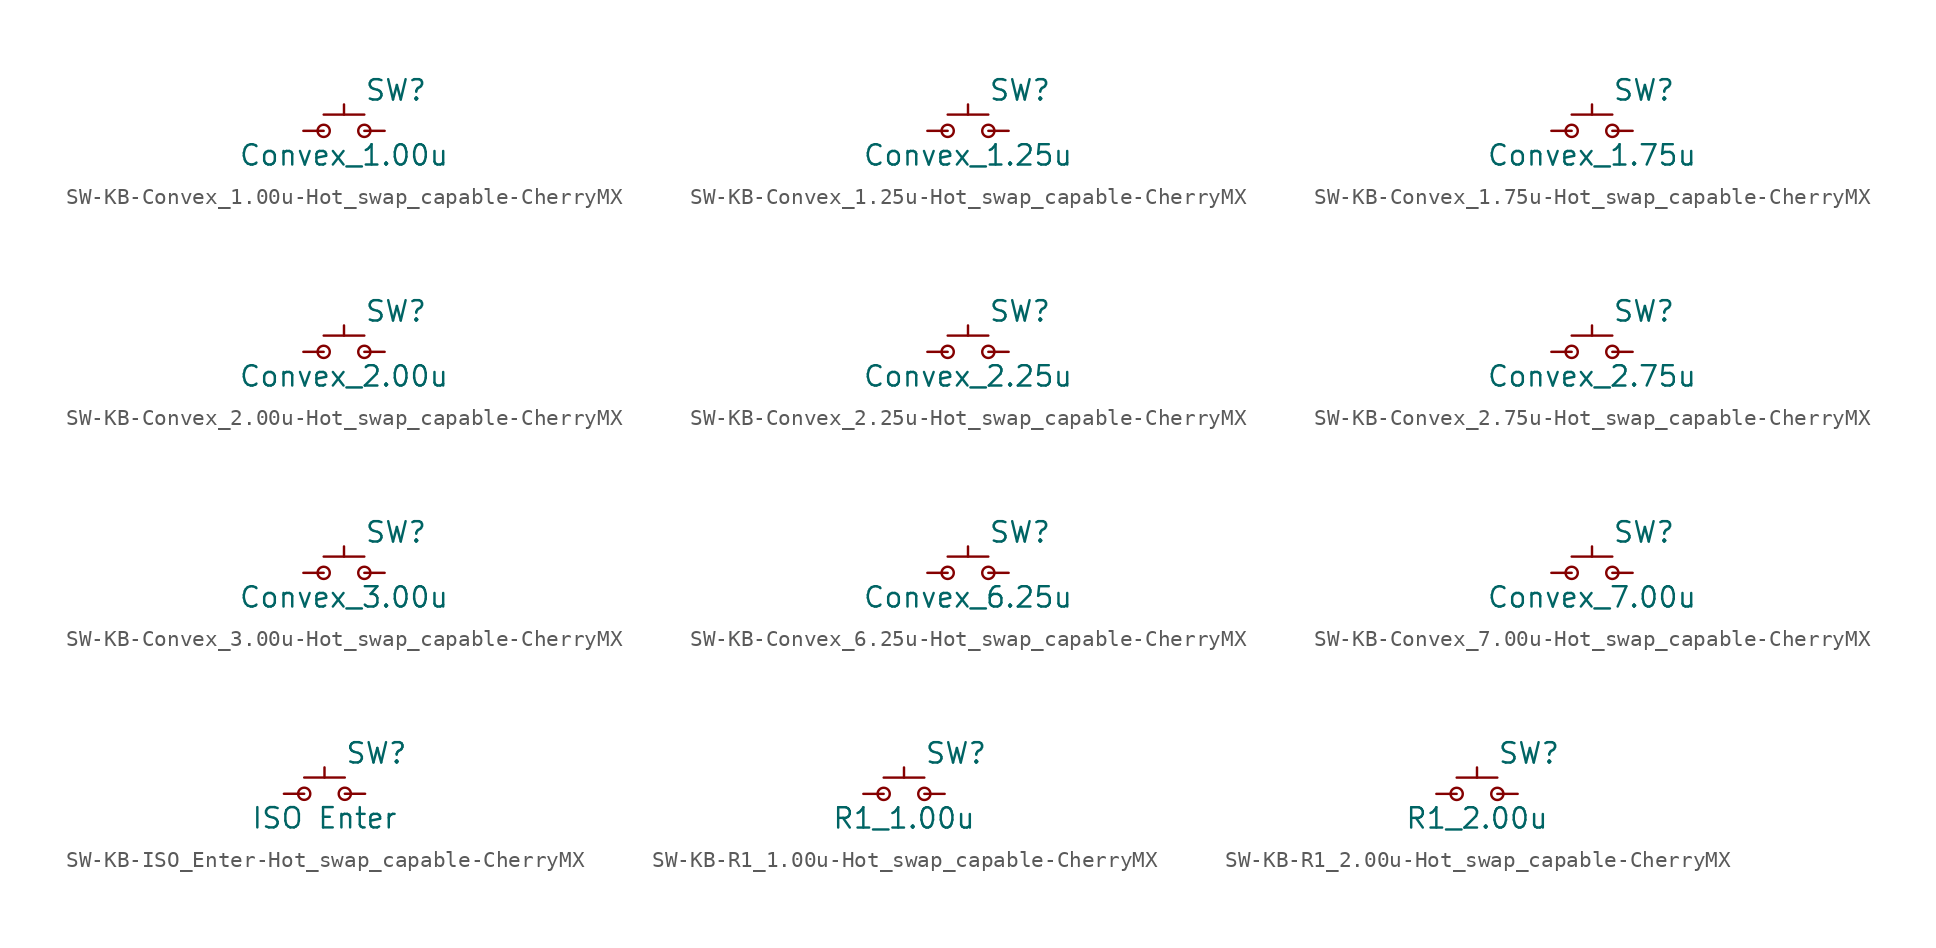
<source format=kicad_sym>
(kicad_symbol_lib
  (version 20241209)
  (generator "kicad_symbol_editor")
  (generator_version "9.0")
  (symbol "SW-KB-Convex_1.00u-Hot_swap_capable-CherryMX"
    (pin_numbers
      (hide yes))
    (pin_names
      (offset 1.016)
      (hide yes))
    (property "Reference" "SW"
      (at 1.27 2.54 0)
      (effects (font (size 1.27 1.27)) (justify left)))
    (property "Value" "Convex_1.00u"
      (at 0 -1.524 0)
      (effects (font (size 1.27 1.27))))
    (symbol "SW-KB-Convex_1.00u-Hot_swap_capable-CherryMX_0_1"
      (circle (center -1.27 0) (radius 0.381) (stroke (width 0) (type default)) (fill (type none)))
      (polyline (pts (xy 0 1.016) (xy 0 1.651)) (stroke (width 0) (type default)) (fill (type none)))
      (polyline (pts (xy 1.27 1.016) (xy -1.27 1.016)) (stroke (width 0) (type default)) (fill (type none)))
      (circle (center 1.27 0) (radius 0.381) (stroke (width 0) (type default)) (fill (type none)))
      (pin passive line (at -2.54 0 0) (length 1.27) (name "1" (effects (font (size 1.27 1.27)))) (number "1" (effects (font (size 1.27 1.27)))))
      (pin passive line (at 2.54 0 180) (length 1.27) (name "2" (effects (font (size 1.27 1.27)))) (number "2" (effects (font (size 1.27 1.27)))))))
  (symbol "SW-KB-Convex_1.25u-Hot_swap_capable-CherryMX"
    (pin_numbers
      (hide yes))
    (pin_names
      (offset 1.016)
      (hide yes))
    (property "Reference" "SW"
      (at 1.27 2.54 0)
      (effects (font (size 1.27 1.27)) (justify left)))
    (property "Value" "Convex_1.25u"
      (at 0 -1.524 0)
      (effects (font (size 1.27 1.27))))
    (symbol "SW-KB-Convex_1.25u-Hot_swap_capable-CherryMX_0_1"
      (circle (center -1.27 0) (radius 0.381) (stroke (width 0) (type default)) (fill (type none)))
      (polyline (pts (xy 0 1.016) (xy 0 1.651)) (stroke (width 0) (type default)) (fill (type none)))
      (polyline (pts (xy 1.27 1.016) (xy -1.27 1.016)) (stroke (width 0) (type default)) (fill (type none)))
      (circle (center 1.27 0) (radius 0.381) (stroke (width 0) (type default)) (fill (type none)))
      (pin passive line (at -2.54 0 0) (length 1.27) (name "1" (effects (font (size 1.27 1.27)))) (number "1" (effects (font (size 1.27 1.27)))))
      (pin passive line (at 2.54 0 180) (length 1.27) (name "2" (effects (font (size 1.27 1.27)))) (number "2" (effects (font (size 1.27 1.27)))))))
  (symbol "SW-KB-Convex_1.75u-Hot_swap_capable-CherryMX"
    (pin_numbers
      (hide yes))
    (pin_names
      (offset 1.016)
      (hide yes))
    (property "Reference" "SW"
      (at 1.27 2.54 0)
      (effects (font (size 1.27 1.27)) (justify left)))
    (property "Value" "Convex_1.75u"
      (at 0 -1.524 0)
      (effects (font (size 1.27 1.27))))
    (symbol "SW-KB-Convex_1.75u-Hot_swap_capable-CherryMX_0_1"
      (circle (center -1.27 0) (radius 0.381) (stroke (width 0) (type default)) (fill (type none)))
      (polyline (pts (xy 0 1.016) (xy 0 1.651)) (stroke (width 0) (type default)) (fill (type none)))
      (polyline (pts (xy 1.27 1.016) (xy -1.27 1.016)) (stroke (width 0) (type default)) (fill (type none)))
      (circle (center 1.27 0) (radius 0.381) (stroke (width 0) (type default)) (fill (type none)))
      (pin passive line (at -2.54 0 0) (length 1.27) (name "1" (effects (font (size 1.27 1.27)))) (number "1" (effects (font (size 1.27 1.27)))))
      (pin passive line (at 2.54 0 180) (length 1.27) (name "2" (effects (font (size 1.27 1.27)))) (number "2" (effects (font (size 1.27 1.27)))))))
  (symbol "SW-KB-Convex_2.00u-Hot_swap_capable-CherryMX"
    (pin_numbers
      (hide yes))
    (pin_names
      (offset 1.016)
      (hide yes))
    (property "Reference" "SW"
      (at 1.27 2.54 0)
      (effects (font (size 1.27 1.27)) (justify left)))
    (property "Value" "Convex_2.00u"
      (at 0 -1.524 0)
      (effects (font (size 1.27 1.27))))
    (symbol "SW-KB-Convex_2.00u-Hot_swap_capable-CherryMX_0_1"
      (circle (center -1.27 0) (radius 0.381) (stroke (width 0) (type default)) (fill (type none)))
      (polyline (pts (xy 0 1.016) (xy 0 1.651)) (stroke (width 0) (type default)) (fill (type none)))
      (polyline (pts (xy 1.27 1.016) (xy -1.27 1.016)) (stroke (width 0) (type default)) (fill (type none)))
      (circle (center 1.27 0) (radius 0.381) (stroke (width 0) (type default)) (fill (type none)))
      (pin passive line (at -2.54 0 0) (length 1.27) (name "1" (effects (font (size 1.27 1.27)))) (number "1" (effects (font (size 1.27 1.27)))))
      (pin passive line (at 2.54 0 180) (length 1.27) (name "2" (effects (font (size 1.27 1.27)))) (number "2" (effects (font (size 1.27 1.27)))))))
  (symbol "SW-KB-Convex_2.25u-Hot_swap_capable-CherryMX"
    (pin_numbers
      (hide yes))
    (pin_names
      (offset 1.016)
      (hide yes))
    (property "Reference" "SW"
      (at 1.27 2.54 0)
      (effects (font (size 1.27 1.27)) (justify left)))
    (property "Value" "Convex_2.25u"
      (at 0 -1.524 0)
      (effects (font (size 1.27 1.27))))
    (symbol "SW-KB-Convex_2.25u-Hot_swap_capable-CherryMX_0_1"
      (circle (center -1.27 0) (radius 0.381) (stroke (width 0) (type default)) (fill (type none)))
      (polyline (pts (xy 0 1.016) (xy 0 1.651)) (stroke (width 0) (type default)) (fill (type none)))
      (polyline (pts (xy 1.27 1.016) (xy -1.27 1.016)) (stroke (width 0) (type default)) (fill (type none)))
      (circle (center 1.27 0) (radius 0.381) (stroke (width 0) (type default)) (fill (type none)))
      (pin passive line (at -2.54 0 0) (length 1.27) (name "1" (effects (font (size 1.27 1.27)))) (number "1" (effects (font (size 1.27 1.27)))))
      (pin passive line (at 2.54 0 180) (length 1.27) (name "2" (effects (font (size 1.27 1.27)))) (number "2" (effects (font (size 1.27 1.27)))))))
  (symbol "SW-KB-Convex_2.75u-Hot_swap_capable-CherryMX"
    (pin_numbers
      (hide yes))
    (pin_names
      (offset 1.016)
      (hide yes))
    (property "Reference" "SW"
      (at 1.27 2.54 0)
      (effects (font (size 1.27 1.27)) (justify left)))
    (property "Value" "Convex_2.75u"
      (at 0 -1.524 0)
      (effects (font (size 1.27 1.27))))
    (symbol "SW-KB-Convex_2.75u-Hot_swap_capable-CherryMX_0_1"
      (circle (center -1.27 0) (radius 0.381) (stroke (width 0) (type default)) (fill (type none)))
      (polyline (pts (xy 0 1.016) (xy 0 1.651)) (stroke (width 0) (type default)) (fill (type none)))
      (polyline (pts (xy 1.27 1.016) (xy -1.27 1.016)) (stroke (width 0) (type default)) (fill (type none)))
      (circle (center 1.27 0) (radius 0.381) (stroke (width 0) (type default)) (fill (type none)))
      (pin passive line (at -2.54 0 0) (length 1.27) (name "1" (effects (font (size 1.27 1.27)))) (number "1" (effects (font (size 1.27 1.27)))))
      (pin passive line (at 2.54 0 180) (length 1.27) (name "2" (effects (font (size 1.27 1.27)))) (number "2" (effects (font (size 1.27 1.27)))))))
  (symbol "SW-KB-Convex_3.00u-Hot_swap_capable-CherryMX"
    (pin_numbers
      (hide yes))
    (pin_names
      (offset 1.016)
      (hide yes))
    (property "Reference" "SW"
      (at 1.27 2.54 0)
      (effects (font (size 1.27 1.27)) (justify left)))
    (property "Value" "Convex_3.00u"
      (at 0 -1.524 0)
      (effects (font (size 1.27 1.27))))
    (symbol "SW-KB-Convex_3.00u-Hot_swap_capable-CherryMX_0_1"
      (circle (center -1.27 0) (radius 0.381) (stroke (width 0) (type default)) (fill (type none)))
      (polyline (pts (xy 0 1.016) (xy 0 1.651)) (stroke (width 0) (type default)) (fill (type none)))
      (polyline (pts (xy 1.27 1.016) (xy -1.27 1.016)) (stroke (width 0) (type default)) (fill (type none)))
      (circle (center 1.27 0) (radius 0.381) (stroke (width 0) (type default)) (fill (type none)))
      (pin passive line (at -2.54 0 0) (length 1.27) (name "1" (effects (font (size 1.27 1.27)))) (number "1" (effects (font (size 1.27 1.27)))))
      (pin passive line (at 2.54 0 180) (length 1.27) (name "2" (effects (font (size 1.27 1.27)))) (number "2" (effects (font (size 1.27 1.27)))))))
  (symbol "SW-KB-Convex_6.25u-Hot_swap_capable-CherryMX"
    (pin_numbers
      (hide yes))
    (pin_names
      (offset 1.016)
      (hide yes))
    (property "Reference" "SW"
      (at 1.27 2.54 0)
      (effects (font (size 1.27 1.27)) (justify left)))
    (property "Value" "Convex_6.25u"
      (at 0 -1.524 0)
      (effects (font (size 1.27 1.27))))
    (symbol "SW-KB-Convex_6.25u-Hot_swap_capable-CherryMX_0_1"
      (circle (center -1.27 0) (radius 0.381) (stroke (width 0) (type default)) (fill (type none)))
      (polyline (pts (xy 0 1.016) (xy 0 1.651)) (stroke (width 0) (type default)) (fill (type none)))
      (polyline (pts (xy 1.27 1.016) (xy -1.27 1.016)) (stroke (width 0) (type default)) (fill (type none)))
      (circle (center 1.27 0) (radius 0.381) (stroke (width 0) (type default)) (fill (type none)))
      (pin passive line (at -2.54 0 0) (length 1.27) (name "1" (effects (font (size 1.27 1.27)))) (number "1" (effects (font (size 1.27 1.27)))))
      (pin passive line (at 2.54 0 180) (length 1.27) (name "2" (effects (font (size 1.27 1.27)))) (number "2" (effects (font (size 1.27 1.27)))))))
  (symbol "SW-KB-Convex_7.00u-Hot_swap_capable-CherryMX"
    (pin_numbers
      (hide yes))
    (pin_names
      (offset 1.016)
      (hide yes))
    (property "Reference" "SW"
      (at 1.27 2.54 0)
      (effects (font (size 1.27 1.27)) (justify left)))
    (property "Value" "Convex_7.00u"
      (at 0 -1.524 0)
      (effects (font (size 1.27 1.27))))
    (symbol "SW-KB-Convex_7.00u-Hot_swap_capable-CherryMX_0_1"
      (circle (center -1.27 0) (radius 0.381) (stroke (width 0) (type default)) (fill (type none)))
      (polyline (pts (xy 0 1.016) (xy 0 1.651)) (stroke (width 0) (type default)) (fill (type none)))
      (polyline (pts (xy 1.27 1.016) (xy -1.27 1.016)) (stroke (width 0) (type default)) (fill (type none)))
      (circle (center 1.27 0) (radius 0.381) (stroke (width 0) (type default)) (fill (type none)))
      (pin passive line (at -2.54 0 0) (length 1.27) (name "1" (effects (font (size 1.27 1.27)))) (number "1" (effects (font (size 1.27 1.27)))))
      (pin passive line (at 2.54 0 180) (length 1.27) (name "2" (effects (font (size 1.27 1.27)))) (number "2" (effects (font (size 1.27 1.27)))))))
  (symbol "SW-KB-ISO_Enter-Hot_swap_capable-CherryMX"
    (pin_numbers
      (hide yes))
    (pin_names
      (offset 1.016)
      (hide yes))
    (property "Reference" "SW"
      (at 1.27 2.54 0)
      (effects (font (size 1.27 1.27)) (justify left)))
    (property "Value" "ISO Enter"
      (at 0 -1.524 0)
      (effects (font (size 1.27 1.27))))
    (symbol "SW-KB-ISO_Enter-Hot_swap_capable-CherryMX_0_1"
      (circle (center -1.27 0) (radius 0.381) (stroke (width 0) (type default)) (fill (type none)))
      (polyline (pts (xy 0 1.016) (xy 0 1.651)) (stroke (width 0) (type default)) (fill (type none)))
      (polyline (pts (xy 1.27 1.016) (xy -1.27 1.016)) (stroke (width 0) (type default)) (fill (type none)))
      (circle (center 1.27 0) (radius 0.381) (stroke (width 0) (type default)) (fill (type none)))
      (pin passive line (at -2.54 0 0) (length 1.27) (name "1" (effects (font (size 1.27 1.27)))) (number "1" (effects (font (size 1.27 1.27)))))
      (pin passive line (at 2.54 0 180) (length 1.27) (name "2" (effects (font (size 1.27 1.27)))) (number "2" (effects (font (size 1.27 1.27)))))))
  (symbol "SW-KB-R1_1.00u-Hot_swap_capable-CherryMX"
    (pin_numbers
      (hide yes))
    (pin_names
      (offset 1.016)
      (hide yes))
    (property "Reference" "SW"
      (at 1.27 2.54 0)
      (effects (font (size 1.27 1.27)) (justify left)))
    (property "Value" "R1_1.00u"
      (at 0 -1.524 0)
      (effects (font (size 1.27 1.27))))
    (symbol "SW-KB-R1_1.00u-Hot_swap_capable-CherryMX_0_1"
      (circle (center -1.27 0) (radius 0.381) (stroke (width 0) (type default)) (fill (type none)))
      (polyline (pts (xy 0 1.016) (xy 0 1.651)) (stroke (width 0) (type default)) (fill (type none)))
      (polyline (pts (xy 1.27 1.016) (xy -1.27 1.016)) (stroke (width 0) (type default)) (fill (type none)))
      (circle (center 1.27 0) (radius 0.381) (stroke (width 0) (type default)) (fill (type none)))
      (pin passive line (at -2.54 0 0) (length 1.27) (name "1" (effects (font (size 1.27 1.27)))) (number "1" (effects (font (size 1.27 1.27)))))
      (pin passive line (at 2.54 0 180) (length 1.27) (name "2" (effects (font (size 1.27 1.27)))) (number "2" (effects (font (size 1.27 1.27)))))))
  (symbol "SW-KB-R1_2.00u-Hot_swap_capable-CherryMX"
    (pin_numbers
      (hide yes))
    (pin_names
      (offset 1.016)
      (hide yes))
    (property "Reference" "SW"
      (at 1.27 2.54 0)
      (effects (font (size 1.27 1.27)) (justify left)))
    (property "Value" "R1_2.00u"
      (at 0 -1.524 0)
      (effects (font (size 1.27 1.27))))
    (symbol "SW-KB-R1_2.00u-Hot_swap_capable-CherryMX_0_1"
      (circle (center -1.27 0) (radius 0.381) (stroke (width 0) (type default)) (fill (type none)))
      (polyline (pts (xy 0 1.016) (xy 0 1.651)) (stroke (width 0) (type default)) (fill (type none)))
      (polyline (pts (xy 1.27 1.016) (xy -1.27 1.016)) (stroke (width 0) (type default)) (fill (type none)))
      (circle (center 1.27 0) (radius 0.381) (stroke (width 0) (type default)) (fill (type none)))
      (pin passive line (at -2.54 0 0) (length 1.27) (name "1" (effects (font (size 1.27 1.27)))) (number "1" (effects (font (size 1.27 1.27)))))
      (pin passive line (at 2.54 0 180) (length 1.27) (name "2" (effects (font (size 1.27 1.27)))) (number "2" (effects (font (size 1.27 1.27))))))))
</source>
